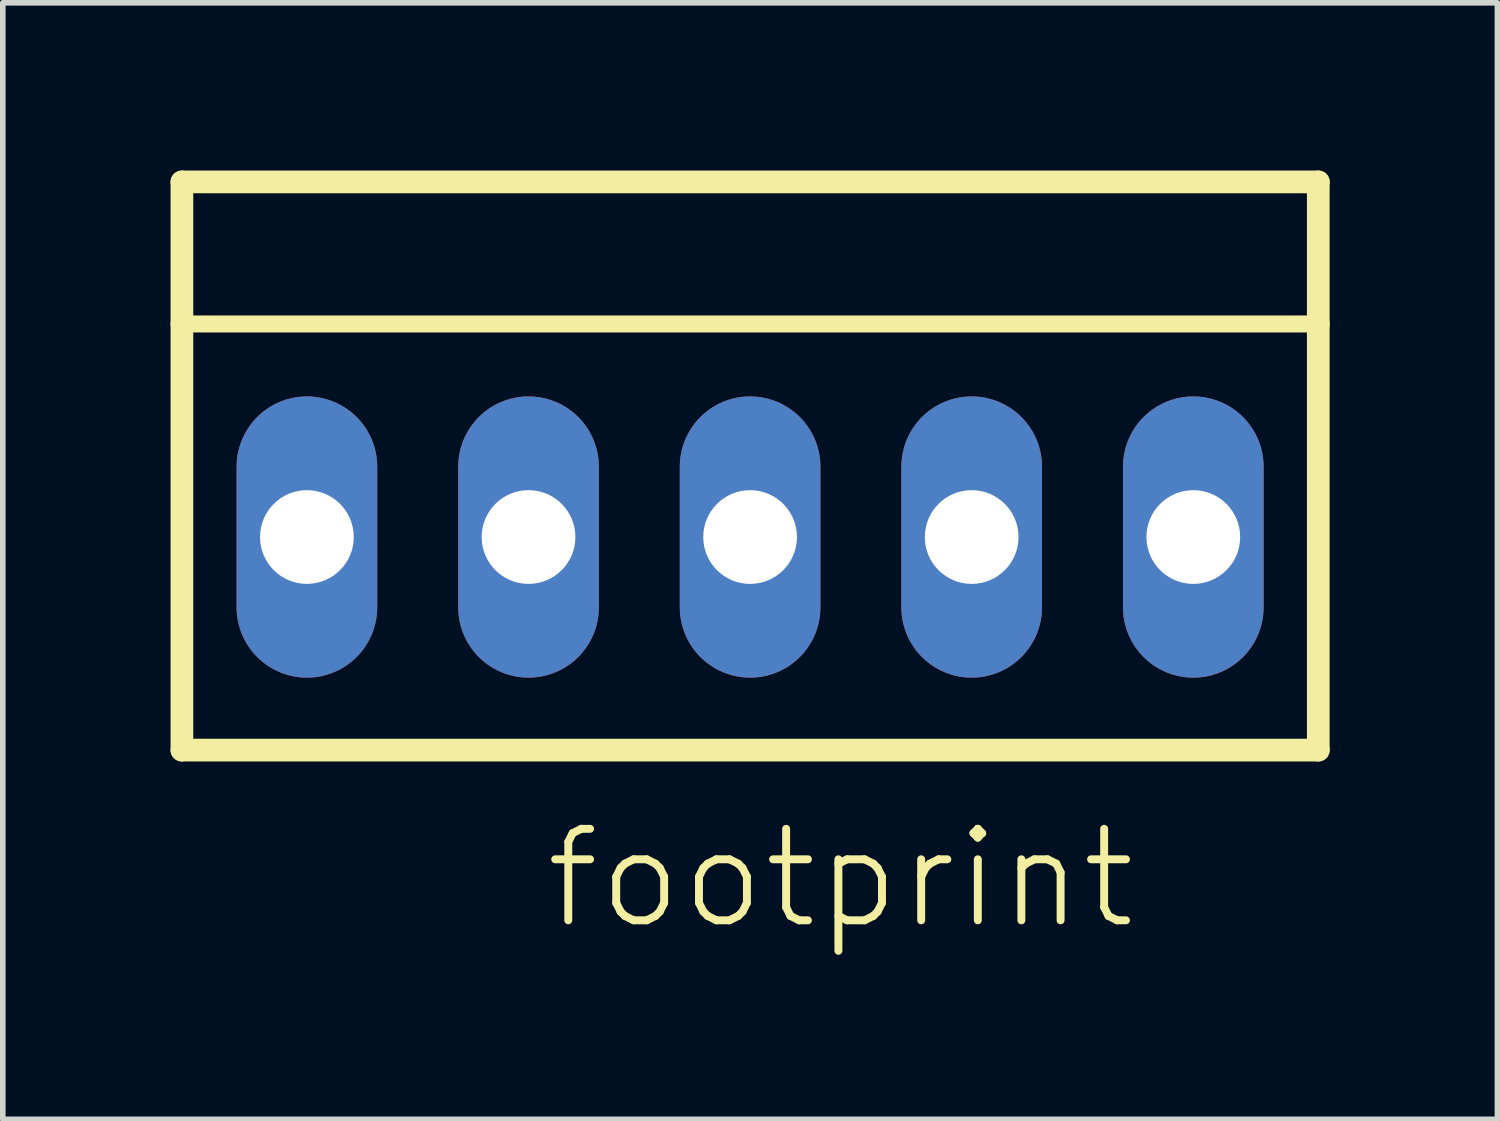
<source format=kicad_pcb>
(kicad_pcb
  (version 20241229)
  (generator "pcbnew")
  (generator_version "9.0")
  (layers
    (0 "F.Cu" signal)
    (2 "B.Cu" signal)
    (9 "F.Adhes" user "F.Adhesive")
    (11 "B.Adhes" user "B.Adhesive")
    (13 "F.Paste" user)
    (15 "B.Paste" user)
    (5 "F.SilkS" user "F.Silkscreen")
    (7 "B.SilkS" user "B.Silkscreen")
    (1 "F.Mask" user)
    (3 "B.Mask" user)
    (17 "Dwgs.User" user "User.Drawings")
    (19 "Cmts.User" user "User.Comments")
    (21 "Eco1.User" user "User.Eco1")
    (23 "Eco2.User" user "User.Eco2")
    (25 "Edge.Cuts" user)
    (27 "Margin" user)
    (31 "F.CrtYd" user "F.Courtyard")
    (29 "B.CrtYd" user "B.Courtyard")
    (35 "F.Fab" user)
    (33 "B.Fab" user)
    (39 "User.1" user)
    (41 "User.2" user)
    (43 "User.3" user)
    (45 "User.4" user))
  (footprint "footprint"
    (layer "F.Cu")
    (at 10.363 6.553)
    (property "Reference" "footprint" (at -3.734 7.061 0) (layer "F.SilkS") (effects (font (size 1.636 1.636) (thickness 0.142)) (justify left bottom)))
    (fp_line (start -10.16 -6.35) (end 10.16 -6.35) (stroke (width 0.406) (type solid)) (layer "F.SilkS"))
    (fp_line (start -10.16 -3.81) (end -10.16 -6.35) (stroke (width 0.406) (type solid)) (layer "F.SilkS"))
    (fp_line (start -10.16 -3.81) (end 10.16 -3.81) (stroke (width 0.305) (type solid)) (layer "F.SilkS"))
    (fp_line (start -10.16 3.81) (end -10.16 -3.81) (stroke (width 0.406) (type solid)) (layer "F.SilkS"))
    (fp_line (start -10.16 3.81) (end 10.16 3.81) (stroke (width 0.406) (type solid)) (layer "F.SilkS"))
    (fp_line (start 10.16 -6.35) (end 10.16 -3.81) (stroke (width 0.406) (type solid)) (layer "F.SilkS"))
    (fp_line (start 10.16 -3.81) (end 10.16 3.81) (stroke (width 0.406) (type solid)) (layer "F.SilkS"))
    (fp_poly (pts (xy -8.433 0.508) (xy -7.417 0.508) (xy -7.417 -0.508) (xy -8.433 -0.508)) (stroke (width 0) (type solid)) (fill yes) (layer "F.SilkS"))
    (fp_poly (pts (xy -4.47 0.508) (xy -3.454 0.508) (xy -3.454 -0.508) (xy -4.47 -0.508)) (stroke (width 0) (type solid)) (fill yes) (layer "F.SilkS"))
    (fp_poly (pts (xy -0.508 0.508) (xy 0.508 0.508) (xy 0.508 -0.508) (xy -0.508 -0.508)) (stroke (width 0) (type solid)) (fill yes) (layer "F.SilkS"))
    (fp_poly (pts (xy 3.454 0.508) (xy 4.47 0.508) (xy 4.47 -0.508) (xy 3.454 -0.508)) (stroke (width 0) (type solid)) (fill yes) (layer "F.SilkS"))
    (fp_poly (pts (xy 7.417 0.508) (xy 8.433 0.508) (xy 8.433 -0.508) (xy 7.417 -0.508)) (stroke (width 0) (type solid)) (fill yes) (layer "F.SilkS"))
    (pad "1" thru_hole oval (at 7.925 0 90) (size 5.029 2.515) (drill 1.676) (layers "*.Cu" "*.Mask"))
    (pad "2" thru_hole oval (at 3.962 0 90) (size 5.029 2.515) (drill 1.676) (layers "*.Cu" "*.Mask"))
    (pad "3" thru_hole oval (at 0 0 90) (size 5.029 2.515) (drill 1.676) (layers "*.Cu" "*.Mask"))
    (pad "4" thru_hole oval (at -3.962 0 90) (size 5.029 2.515) (drill 1.676) (layers "*.Cu" "*.Mask"))
    (pad "5" thru_hole oval (at -7.925 0 90) (size 5.029 2.515) (drill 1.676) (layers "*.Cu" "*.Mask")))
  (gr_rect
    (start -3 -3)
    (end 23.726 16.965)
    (stroke (width 0.1) (type default))
    (fill no)
    (layer "Edge.Cuts")))
</source>
